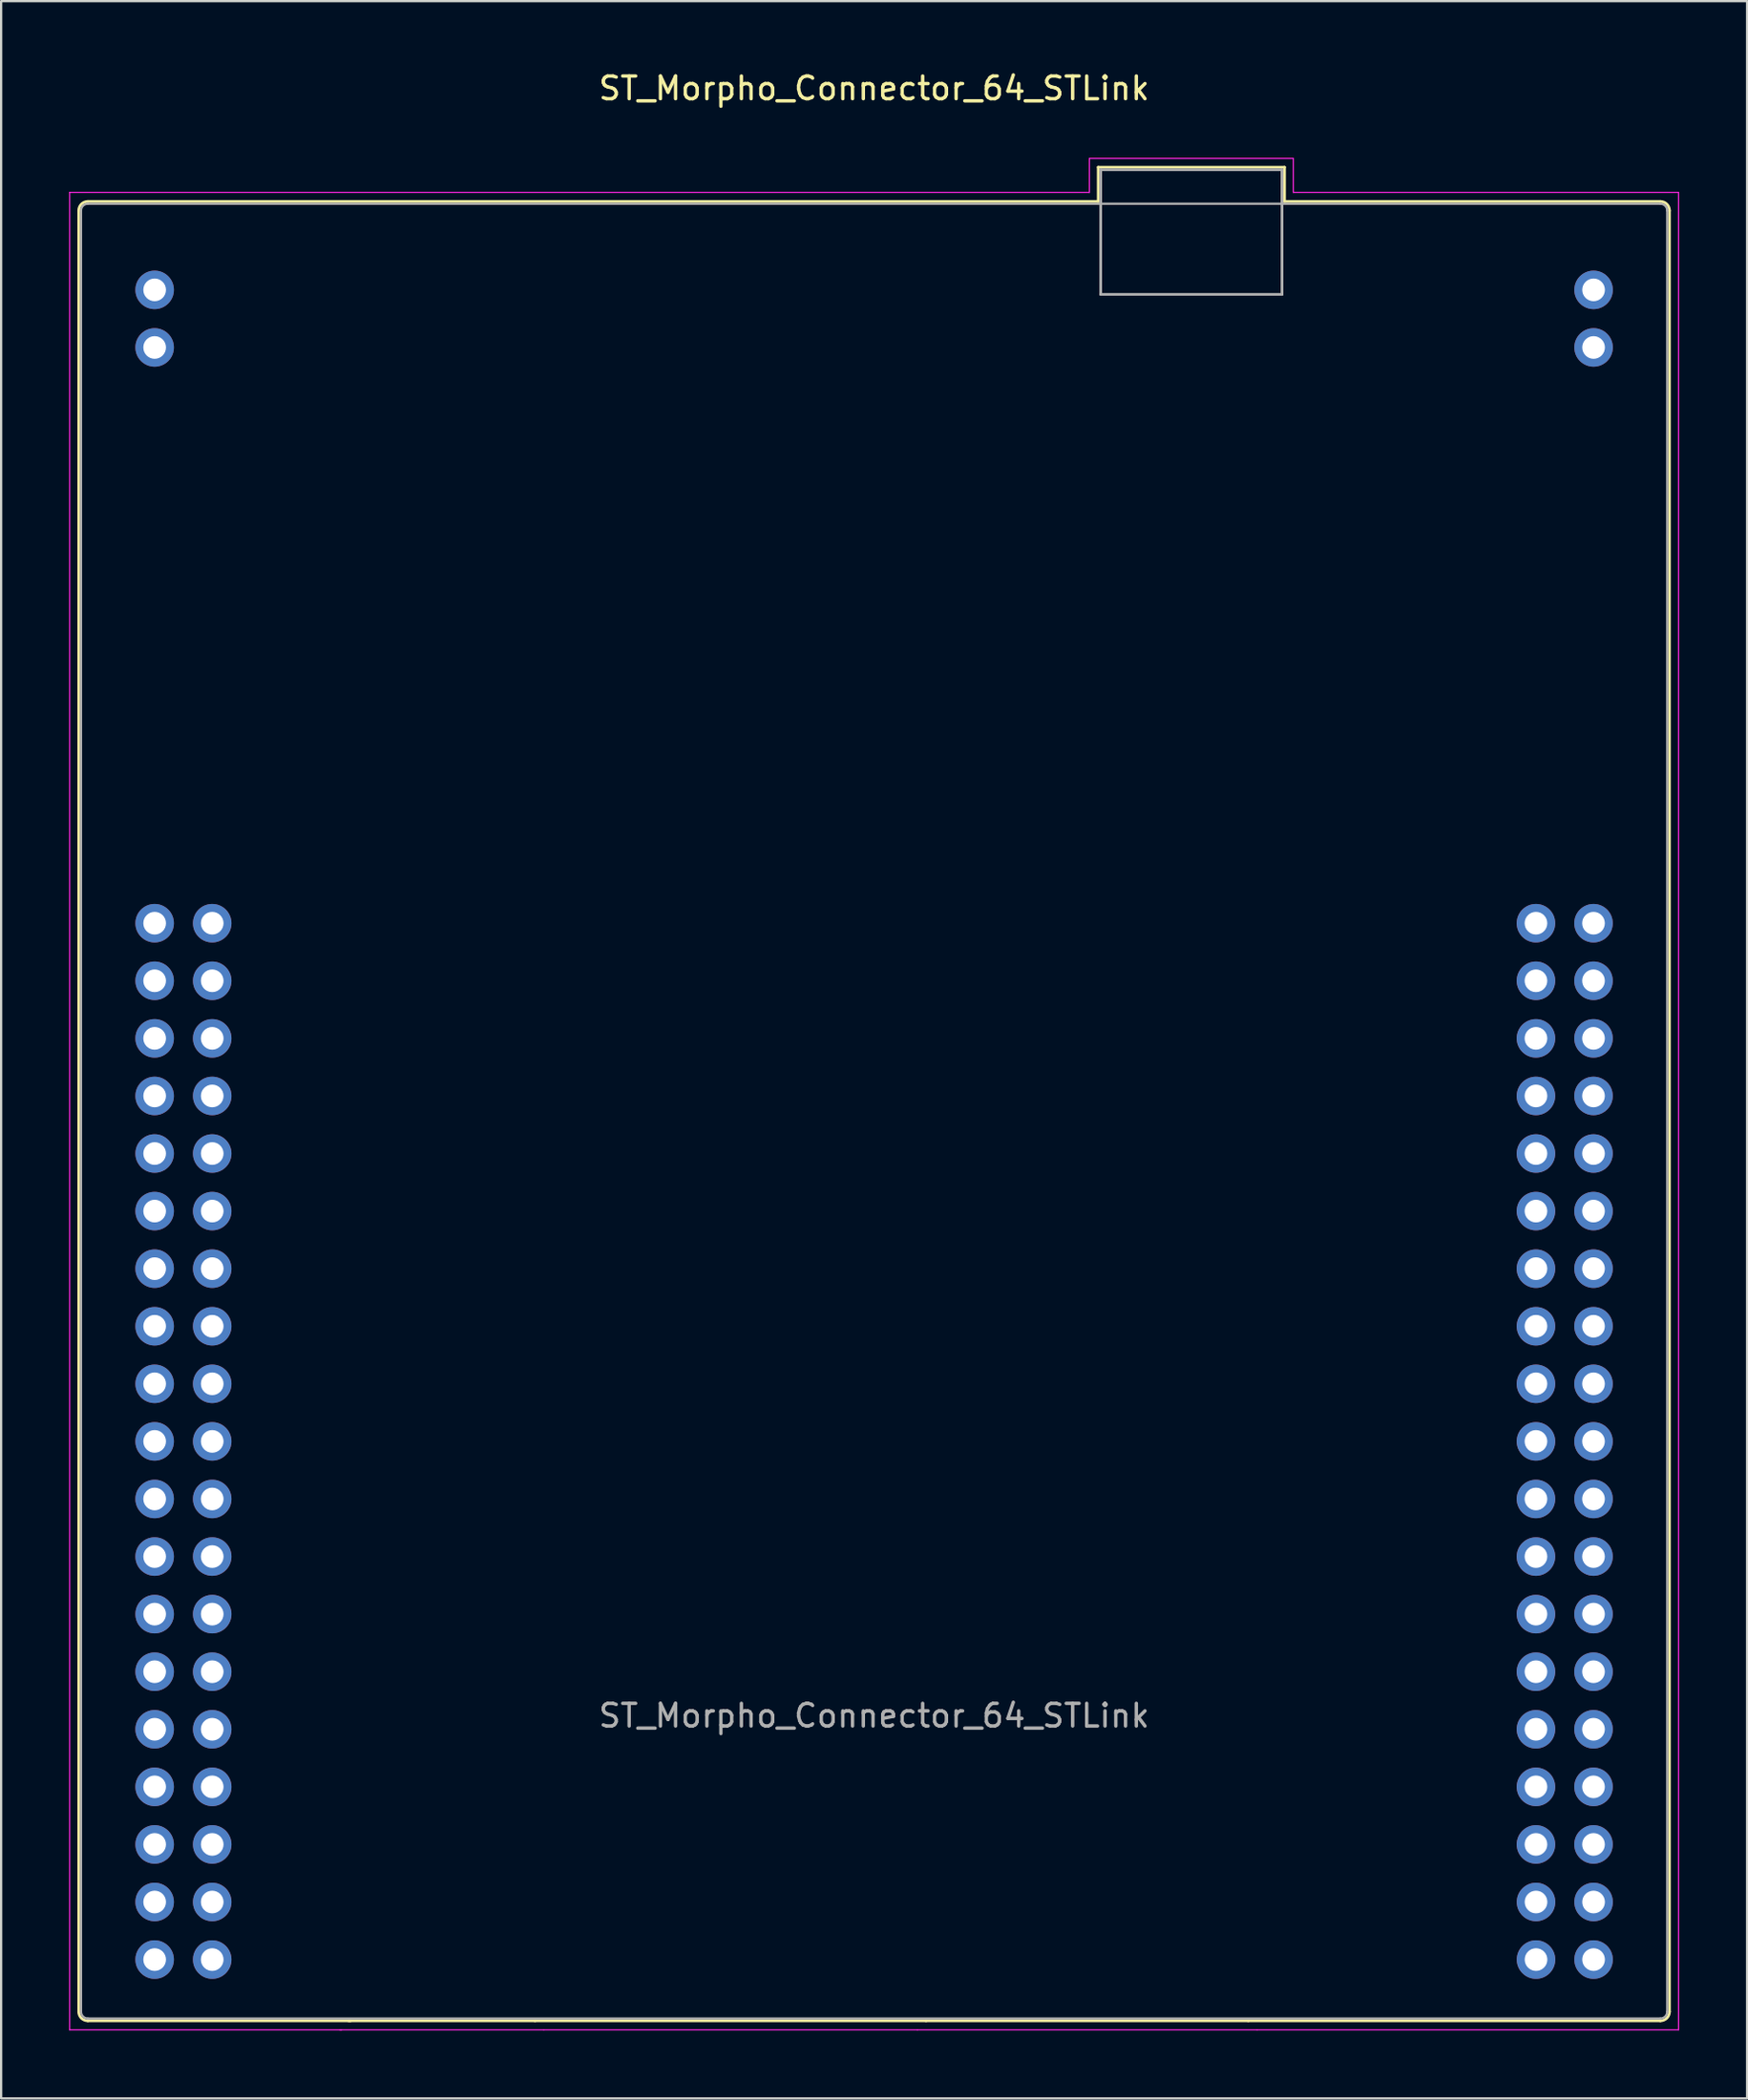
<source format=kicad_pcb>
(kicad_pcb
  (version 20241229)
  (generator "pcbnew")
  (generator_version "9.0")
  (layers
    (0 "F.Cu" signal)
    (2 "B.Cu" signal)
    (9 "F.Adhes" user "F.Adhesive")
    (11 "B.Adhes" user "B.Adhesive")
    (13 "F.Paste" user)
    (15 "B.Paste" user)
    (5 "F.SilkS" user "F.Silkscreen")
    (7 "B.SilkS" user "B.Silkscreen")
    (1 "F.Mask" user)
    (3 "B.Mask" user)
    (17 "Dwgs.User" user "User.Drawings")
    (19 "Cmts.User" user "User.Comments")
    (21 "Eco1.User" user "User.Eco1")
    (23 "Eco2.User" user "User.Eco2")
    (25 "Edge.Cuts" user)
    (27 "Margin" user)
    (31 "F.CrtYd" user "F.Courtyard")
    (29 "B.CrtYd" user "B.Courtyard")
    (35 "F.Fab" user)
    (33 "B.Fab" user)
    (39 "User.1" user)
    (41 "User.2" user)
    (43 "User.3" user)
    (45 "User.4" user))
  (footprint "ST_Morpho_Connector_64_STLink"
    (layer "F.Cu")
    (at 3.775 37.678)
    (property "Reference" "ST_Morpho_Connector_64_STLink" (at 31.75 -36.83 0) (layer "F.SilkS") (effects (font (size 1 1) (thickness 0.15))))
    (attr through_hole)
    (fp_line (start -3.35 -31.44) (end -3.35 48.02) (stroke (width 0.12) (type solid)) (layer "F.SilkS"))
    (fp_line (start 8.564 48.421) (end 16.784 48.421) (stroke (width 0.12) (type solid)) (layer "F.SilkS"))
    (fp_line (start 8.64 48.42) (end -2.95 48.42) (stroke (width 0.12) (type solid)) (layer "F.SilkS"))
    (fp_line (start 34.04 48.42) (end 16.784 48.421) (stroke (width 0.12) (type solid)) (layer "F.SilkS"))
    (fp_line (start 41.64 -33.35) (end 49.86 -33.35) (stroke (width 0.12) (type solid)) (layer "F.SilkS"))
    (fp_line (start 41.64 -31.84) (end -2.95 -31.84) (stroke (width 0.12) (type solid)) (layer "F.SilkS"))
    (fp_line (start 41.64 -31.84) (end 41.64 -33.35) (stroke (width 0.12) (type solid)) (layer "F.SilkS"))
    (fp_line (start 48.26 48.42) (end 34.04 48.42) (stroke (width 0.12) (type solid)) (layer "F.SilkS"))
    (fp_line (start 48.26 48.42) (end 66.45 48.42) (stroke (width 0.12) (type solid)) (layer "F.SilkS"))
    (fp_line (start 49.86 -33.35) (end 49.86 -31.84) (stroke (width 0.12) (type solid)) (layer "F.SilkS"))
    (fp_line (start 49.86 -31.84) (end 66.45 -31.84) (stroke (width 0.12) (type solid)) (layer "F.SilkS"))
    (fp_line (start 66.85 48.02) (end 66.85 -31.44) (stroke (width 0.12) (type solid)) (layer "F.SilkS"))
    (fp_arc (start -3.35 -31.44) (mid -3.232843 -31.722843) (end -2.95 -31.84) (stroke (width 0.12) (type solid)) (layer "F.SilkS"))
    (fp_arc (start -2.95 48.42) (mid -3.232843 48.302843) (end -3.35 48.02) (stroke (width 0.12) (type solid)) (layer "F.SilkS"))
    (fp_arc (start 66.45 -31.84) (mid 66.732843 -31.722843) (end 66.85 -31.44) (stroke (width 0.12) (type solid)) (layer "F.SilkS"))
    (fp_arc (start 66.85 48.02) (mid 66.732843 48.302843) (end 66.45 48.42) (stroke (width 0.12) (type solid)) (layer "F.SilkS"))
    (fp_line (start -3.75 -32.24) (end -3.75 48.82) (stroke (width 0.05) (type solid)) (layer "F.CrtYd"))
    (fp_line (start -3.75 48.82) (end 8.25 48.82) (stroke (width 0.05) (type solid)) (layer "F.CrtYd"))
    (fp_line (start 8.174 48.821) (end 17.174 48.821) (stroke (width 0.05) (type solid)) (layer "F.CrtYd"))
    (fp_line (start 17.174 48.821) (end 33.66 48.82) (stroke (width 0.05) (type solid)) (layer "F.CrtYd"))
    (fp_line (start 33.66 48.82) (end 48.65 48.82) (stroke (width 0.05) (type solid)) (layer "F.CrtYd"))
    (fp_line (start 41.25 -33.74) (end 50.25 -33.74) (stroke (width 0.05) (type solid)) (layer "F.CrtYd"))
    (fp_line (start 41.25 -32.24) (end -3.75 -32.24) (stroke (width 0.05) (type solid)) (layer "F.CrtYd"))
    (fp_line (start 41.25 -32.24) (end 41.25 -33.74) (stroke (width 0.05) (type solid)) (layer "F.CrtYd"))
    (fp_line (start 50.25 -32.24) (end 50.25 -33.74) (stroke (width 0.05) (type solid)) (layer "F.CrtYd"))
    (fp_line (start 50.25 -32.24) (end 67.25 -32.24) (stroke (width 0.05) (type solid)) (layer "F.CrtYd"))
    (fp_line (start 67.25 48.82) (end 48.65 48.82) (stroke (width 0.05) (type solid)) (layer "F.CrtYd"))
    (fp_line (start 67.25 48.82) (end 67.25 -32.24) (stroke (width 0.05) (type solid)) (layer "F.CrtYd"))
    (fp_line (start -3.25 48.02) (end -3.25 -31.44) (stroke (width 0.1) (type solid)) (layer "F.Fab"))
    (fp_line (start 41.75 -33.24) (end 49.75 -33.24) (stroke (width 0.12) (type solid)) (layer "F.Fab"))
    (fp_line (start 41.75 -27.74) (end 41.75 -33.24) (stroke (width 0.12) (type solid)) (layer "F.Fab"))
    (fp_line (start 41.75 -27.74) (end 49.75 -27.74) (stroke (width 0.12) (type solid)) (layer "F.Fab"))
    (fp_line (start 49.75 -33.24) (end 49.75 -27.74) (stroke (width 0.12) (type solid)) (layer "F.Fab"))
    (fp_line (start 66.45 -31.74) (end -2.95 -31.74) (stroke (width 0.1) (type solid)) (layer "F.Fab"))
    (fp_line (start 66.45 48.32) (end -2.95 48.32) (stroke (width 0.1) (type solid)) (layer "F.Fab"))
    (fp_line (start 66.75 48.02) (end 66.75 -31.44) (stroke (width 0.1) (type solid)) (layer "F.Fab"))
    (fp_arc (start -3.25 -31.44) (mid -3.162132 -31.652132) (end -2.95 -31.74) (stroke (width 0.1) (type solid)) (layer "F.Fab"))
    (fp_arc (start -2.95 48.32) (mid -3.162132 48.232132) (end -3.25 48.02) (stroke (width 0.1) (type solid)) (layer "F.Fab"))
    (fp_arc (start 66.45 -31.74) (mid 66.662132 -31.652132) (end 66.75 -31.44) (stroke (width 0.1) (type solid)) (layer "F.Fab"))
    (fp_arc (start 66.75 48.02) (mid 66.662132 48.232132) (end 66.45 48.32) (stroke (width 0.1) (type solid)) (layer "F.Fab"))
    (fp_text user "${REFERENCE}" (at 31.75 34.96 0) (layer "F.Fab") (effects (font (size 1 1) (thickness 0.15))))
    (pad "1" thru_hole circle (at 0 0) (size 1.7 1.7) (drill 1) (layers "*.Cu" "*.Mask"))
    (pad "2" thru_hole circle (at 2.54 0) (size 1.7 1.7) (drill 1) (layers "*.Cu" "*.Mask"))
    (pad "3" thru_hole circle (at 0 2.54) (size 1.7 1.7) (drill 1) (layers "*.Cu" "*.Mask"))
    (pad "4" thru_hole circle (at 2.54 2.54) (size 1.7 1.7) (drill 1) (layers "*.Cu" "*.Mask"))
    (pad "5" thru_hole circle (at 0 5.08) (size 1.7 1.7) (drill 1) (layers "*.Cu" "*.Mask"))
    (pad "6" thru_hole circle (at 2.54 5.08) (size 1.7 1.7) (drill 1) (layers "*.Cu" "*.Mask"))
    (pad "7" thru_hole circle (at 0 7.62) (size 1.7 1.7) (drill 1) (layers "*.Cu" "*.Mask"))
    (pad "8" thru_hole circle (at 2.54 7.62) (size 1.7 1.7) (drill 1) (layers "*.Cu" "*.Mask"))
    (pad "9" thru_hole circle (at 0 10.16) (size 1.7 1.7) (drill 1) (layers "*.Cu" "*.Mask"))
    (pad "10" thru_hole circle (at 2.54 10.16) (size 1.7 1.7) (drill 1) (layers "*.Cu" "*.Mask"))
    (pad "11" thru_hole circle (at 0 12.7) (size 1.7 1.7) (drill 1) (layers "*.Cu" "*.Mask"))
    (pad "12" thru_hole circle (at 2.54 12.7) (size 1.7 1.7) (drill 1) (layers "*.Cu" "*.Mask"))
    (pad "13" thru_hole circle (at 0 15.24) (size 1.7 1.7) (drill 1) (layers "*.Cu" "*.Mask"))
    (pad "14" thru_hole circle (at 2.54 15.24) (size 1.7 1.7) (drill 1) (layers "*.Cu" "*.Mask"))
    (pad "15" thru_hole circle (at 0 17.78) (size 1.7 1.7) (drill 1) (layers "*.Cu" "*.Mask"))
    (pad "16" thru_hole circle (at 2.54 17.78) (size 1.7 1.7) (drill 1) (layers "*.Cu" "*.Mask"))
    (pad "17" thru_hole circle (at 0 20.32) (size 1.7 1.7) (drill 1) (layers "*.Cu" "*.Mask"))
    (pad "18" thru_hole circle (at 2.54 20.32) (size 1.7 1.7) (drill 1) (layers "*.Cu" "*.Mask"))
    (pad "19" thru_hole circle (at 0 22.86) (size 1.7 1.7) (drill 1) (layers "*.Cu" "*.Mask"))
    (pad "20" thru_hole circle (at 2.54 22.86) (size 1.7 1.7) (drill 1) (layers "*.Cu" "*.Mask"))
    (pad "21" thru_hole circle (at 0 25.4) (size 1.7 1.7) (drill 1) (layers "*.Cu" "*.Mask"))
    (pad "22" thru_hole circle (at 2.54 25.4) (size 1.7 1.7) (drill 1) (layers "*.Cu" "*.Mask"))
    (pad "23" thru_hole circle (at 0 27.94) (size 1.7 1.7) (drill 1) (layers "*.Cu" "*.Mask"))
    (pad "24" thru_hole circle (at 2.54 27.94) (size 1.7 1.7) (drill 1) (layers "*.Cu" "*.Mask"))
    (pad "25" thru_hole circle (at 0 30.48) (size 1.7 1.7) (drill 1) (layers "*.Cu" "*.Mask"))
    (pad "26" thru_hole circle (at 2.54 30.48) (size 1.7 1.7) (drill 1) (layers "*.Cu" "*.Mask"))
    (pad "27" thru_hole circle (at 0 33.02) (size 1.7 1.7) (drill 1) (layers "*.Cu" "*.Mask"))
    (pad "28" thru_hole circle (at 2.54 33.02) (size 1.7 1.7) (drill 1) (layers "*.Cu" "*.Mask"))
    (pad "29" thru_hole circle (at 0 35.56) (size 1.7 1.7) (drill 1) (layers "*.Cu" "*.Mask"))
    (pad "30" thru_hole circle (at 2.54 35.56) (size 1.7 1.7) (drill 1) (layers "*.Cu" "*.Mask"))
    (pad "31" thru_hole circle (at 0 38.1) (size 1.7 1.7) (drill 1) (layers "*.Cu" "*.Mask"))
    (pad "32" thru_hole circle (at 2.54 38.1) (size 1.7 1.7) (drill 1) (layers "*.Cu" "*.Mask"))
    (pad "33" thru_hole circle (at 0 40.64) (size 1.7 1.7) (drill 1) (layers "*.Cu" "*.Mask"))
    (pad "34" thru_hole circle (at 2.54 40.64) (size 1.7 1.7) (drill 1) (layers "*.Cu" "*.Mask"))
    (pad "35" thru_hole circle (at 0 43.18) (size 1.7 1.7) (drill 1) (layers "*.Cu" "*.Mask"))
    (pad "36" thru_hole circle (at 2.54 43.18) (size 1.7 1.7) (drill 1) (layers "*.Cu" "*.Mask"))
    (pad "37" thru_hole circle (at 0 45.72) (size 1.7 1.7) (drill 1) (layers "*.Cu" "*.Mask"))
    (pad "38" thru_hole circle (at 2.54 45.72) (size 1.7 1.7) (drill 1) (layers "*.Cu" "*.Mask"))
    (pad "39" thru_hole circle (at 60.957 0) (size 1.7 1.7) (drill 1) (layers "*.Cu" "*.Mask"))
    (pad "40" thru_hole circle (at 63.497 0) (size 1.7 1.7) (drill 1) (layers "*.Cu" "*.Mask"))
    (pad "41" thru_hole circle (at 60.957 2.54) (size 1.7 1.7) (drill 1) (layers "*.Cu" "*.Mask"))
    (pad "42" thru_hole circle (at 63.497 2.54) (size 1.7 1.7) (drill 1) (layers "*.Cu" "*.Mask"))
    (pad "43" thru_hole circle (at 60.957 5.08) (size 1.7 1.7) (drill 1) (layers "*.Cu" "*.Mask"))
    (pad "44" thru_hole circle (at 63.497 5.08) (size 1.7 1.7) (drill 1) (layers "*.Cu" "*.Mask"))
    (pad "45" thru_hole circle (at 60.957 7.62) (size 1.7 1.7) (drill 1) (layers "*.Cu" "*.Mask"))
    (pad "46" thru_hole circle (at 63.497 7.62) (size 1.7 1.7) (drill 1) (layers "*.Cu" "*.Mask"))
    (pad "47" thru_hole circle (at 60.957 10.16) (size 1.7 1.7) (drill 1) (layers "*.Cu" "*.Mask"))
    (pad "48" thru_hole circle (at 63.497 10.16) (size 1.7 1.7) (drill 1) (layers "*.Cu" "*.Mask"))
    (pad "49" thru_hole circle (at 60.957 12.7) (size 1.7 1.7) (drill 1) (layers "*.Cu" "*.Mask"))
    (pad "50" thru_hole circle (at 63.497 12.7) (size 1.7 1.7) (drill 1) (layers "*.Cu" "*.Mask"))
    (pad "51" thru_hole circle (at 60.957 15.24) (size 1.7 1.7) (drill 1) (layers "*.Cu" "*.Mask"))
    (pad "52" thru_hole circle (at 63.497 15.24) (size 1.7 1.7) (drill 1) (layers "*.Cu" "*.Mask"))
    (pad "53" thru_hole circle (at 60.957 17.78) (size 1.7 1.7) (drill 1) (layers "*.Cu" "*.Mask"))
    (pad "54" thru_hole circle (at 63.497 17.78) (size 1.7 1.7) (drill 1) (layers "*.Cu" "*.Mask"))
    (pad "55" thru_hole circle (at 60.957 20.32) (size 1.7 1.7) (drill 1) (layers "*.Cu" "*.Mask"))
    (pad "56" thru_hole circle (at 63.497 20.32) (size 1.7 1.7) (drill 1) (layers "*.Cu" "*.Mask"))
    (pad "57" thru_hole circle (at 60.957 22.86) (size 1.7 1.7) (drill 1) (layers "*.Cu" "*.Mask"))
    (pad "58" thru_hole circle (at 63.497 22.86) (size 1.7 1.7) (drill 1) (layers "*.Cu" "*.Mask"))
    (pad "59" thru_hole circle (at 60.957 25.4) (size 1.7 1.7) (drill 1) (layers "*.Cu" "*.Mask"))
    (pad "60" thru_hole circle (at 63.497 25.4) (size 1.7 1.7) (drill 1) (layers "*.Cu" "*.Mask"))
    (pad "61" thru_hole circle (at 60.957 27.94) (size 1.7 1.7) (drill 1) (layers "*.Cu" "*.Mask"))
    (pad "62" thru_hole circle (at 63.497 27.94) (size 1.7 1.7) (drill 1) (layers "*.Cu" "*.Mask"))
    (pad "63" thru_hole circle (at 60.957 30.48) (size 1.7 1.7) (drill 1) (layers "*.Cu" "*.Mask"))
    (pad "64" thru_hole circle (at 63.497 30.48) (size 1.7 1.7) (drill 1) (layers "*.Cu" "*.Mask"))
    (pad "65" thru_hole circle (at 60.957 33.02) (size 1.7 1.7) (drill 1) (layers "*.Cu" "*.Mask"))
    (pad "66" thru_hole circle (at 63.497 33.02) (size 1.7 1.7) (drill 1) (layers "*.Cu" "*.Mask"))
    (pad "67" thru_hole circle (at 60.957 35.56) (size 1.7 1.7) (drill 1) (layers "*.Cu" "*.Mask"))
    (pad "68" thru_hole circle (at 63.497 35.56) (size 1.7 1.7) (drill 1) (layers "*.Cu" "*.Mask"))
    (pad "69" thru_hole circle (at 60.957 38.1) (size 1.7 1.7) (drill 1) (layers "*.Cu" "*.Mask"))
    (pad "70" thru_hole circle (at 63.497 38.1) (size 1.7 1.7) (drill 1) (layers "*.Cu" "*.Mask"))
    (pad "71" thru_hole circle (at 60.957 40.64) (size 1.7 1.7) (drill 1) (layers "*.Cu" "*.Mask"))
    (pad "72" thru_hole circle (at 63.497 40.64) (size 1.7 1.7) (drill 1) (layers "*.Cu" "*.Mask"))
    (pad "73" thru_hole circle (at 60.96 43.18) (size 1.7 1.7) (drill 1) (layers "*.Cu" "*.Mask"))
    (pad "74" thru_hole circle (at 63.5 43.18) (size 1.7 1.7) (drill 1) (layers "*.Cu" "*.Mask"))
    (pad "75" thru_hole circle (at 60.96 45.72) (size 1.7 1.7) (drill 1) (layers "*.Cu" "*.Mask"))
    (pad "76" thru_hole circle (at 63.5 45.72) (size 1.7 1.7) (drill 1) (layers "*.Cu" "*.Mask"))
    (pad "77" thru_hole circle (at 0 -27.94) (size 1.7 1.7) (drill 1) (layers "*.Cu" "*.Mask"))
    (pad "78" thru_hole circle (at 0 -25.4) (size 1.7 1.7) (drill 1) (layers "*.Cu" "*.Mask"))
    (pad "79" thru_hole circle (at 63.5 -27.94) (size 1.7 1.7) (drill 1) (layers "*.Cu" "*.Mask"))
    (pad "80" thru_hole circle (at 63.5 -25.4) (size 1.7 1.7) (drill 1) (layers "*.Cu" "*.Mask")))
  (gr_rect
    (start -3 -3)
    (end 74.05 89.524)
    (stroke (width 0.1) (type default))
    (fill no)
    (layer "Edge.Cuts")))
</source>
